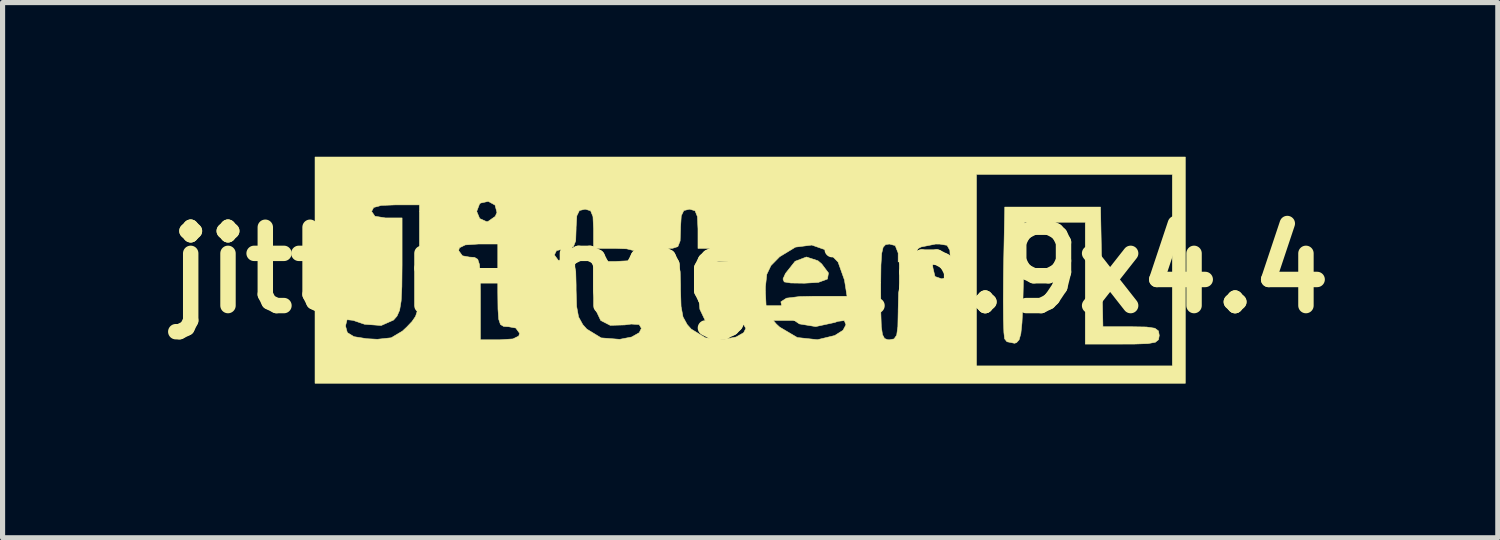
<source format=kicad_pcb>
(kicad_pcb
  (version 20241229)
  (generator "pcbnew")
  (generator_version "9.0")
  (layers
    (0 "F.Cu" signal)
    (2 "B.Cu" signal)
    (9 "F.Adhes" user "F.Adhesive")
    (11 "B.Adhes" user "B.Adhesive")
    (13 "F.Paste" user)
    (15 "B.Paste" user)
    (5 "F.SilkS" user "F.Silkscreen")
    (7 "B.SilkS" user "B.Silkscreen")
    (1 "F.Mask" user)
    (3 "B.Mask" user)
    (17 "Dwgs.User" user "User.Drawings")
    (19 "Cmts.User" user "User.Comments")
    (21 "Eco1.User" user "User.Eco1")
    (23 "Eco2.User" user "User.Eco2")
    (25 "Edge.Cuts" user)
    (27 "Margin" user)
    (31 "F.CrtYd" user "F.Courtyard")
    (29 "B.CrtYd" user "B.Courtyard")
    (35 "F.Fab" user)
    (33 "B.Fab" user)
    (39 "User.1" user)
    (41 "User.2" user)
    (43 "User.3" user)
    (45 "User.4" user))
  (footprint "jitter-neg_16.9x4.4"
    (layer "F.Cu")
    (at 11.546 2.206)
    (property "Reference" "jitter-neg_16.9x4.4" (at 0 0 0) (layer "F.SilkS") (effects (font (size 1.524 1.524) (thickness 0.3))))
    (attr through_hole)
    (fp_poly (pts (xy 1.318 -0.183) (xy 1.391 -0.121) (xy 1.523 0.055) (xy 1.503 0.173) (xy 1.327 0.238) (xy 1.055 0.254) (xy 0.79 0.25) (xy 0.662 0.229) (xy 0.638 0.172) (xy 0.687 0.064) (xy 0.687 0.064) (xy 0.874 -0.172) (xy 1.093 -0.256) (xy 1.318 -0.183)) (stroke (width 0.01) (type solid)) (fill yes) (layer "F.SilkS"))
    (fp_poly (pts (xy 6.863 1.101) (xy 7.411 1.101) (xy 7.708 1.106) (xy 7.873 1.13) (xy 7.944 1.183) (xy 7.959 1.27) (xy 7.945 1.352) (xy 7.883 1.403) (xy 7.739 1.429) (xy 7.48 1.438) (xy 7.239 1.439) (xy 6.519 1.439) (xy 6.519 -0.931) (xy 5.339 -0.931) (xy 5.315 0.232) (xy 5.304 0.701) (xy 5.288 1.026) (xy 5.266 1.236) (xy 5.232 1.355) (xy 5.183 1.41) (xy 5.143 1.423) (xy 4.996 1.393) (xy 4.95 1.336) (xy 4.936 1.213) (xy 4.927 0.955) (xy 4.924 0.594) (xy 4.927 0.166) (xy 4.929 -0.004) (xy 4.953 -1.228) (xy 6.816 -1.228) (xy 6.863 1.101)) (stroke (width 0.01) (type solid)) (fill yes) (layer "F.SilkS"))
    (fp_poly (pts (xy 8.467 2.201) (xy -8.467 2.201) (xy -8.467 1.085) (xy -7.874 1.085) (xy -7.838 1.215) (xy -7.709 1.294) (xy -7.459 1.334) (xy -7.254 1.345) (xy -6.985 1.316) (xy -6.765 1.185) (xy -6.682 1.107) (xy -6.58 1) (xy -6.511 0.899) (xy -6.468 0.768) (xy -6.445 0.575) (xy -6.436 0.285) (xy -6.435 -0.135) (xy -6.435 -0.205) (xy -6.435 -0.381) (xy -5.673 -0.381) (xy -5.599 -0.279) (xy -5.461 -0.254) (xy -5.363 -0.248) (xy -5.301 -0.211) (xy -5.267 -0.109) (xy -5.253 0.089) (xy -5.249 0.414) (xy -5.249 0.55) (xy -5.249 1.355) (xy -4.868 1.355) (xy -4.617 1.338) (xy -4.503 1.282) (xy -4.487 1.228) (xy -4.561 1.126) (xy -4.699 1.101) (xy -4.797 1.095) (xy -4.859 1.057) (xy -4.893 0.955) (xy -4.907 0.758) (xy -4.911 0.432) (xy -4.911 0.296) (xy -4.911 -0.296) (xy -3.81 -0.296) (xy -3.736 -0.194) (xy -3.598 -0.169) (xy -3.485 -0.16) (xy -3.421 -0.106) (xy -3.394 0.031) (xy -3.387 0.289) (xy -3.387 0.385) (xy -3.377 0.705) (xy -3.339 0.911) (xy -3.257 1.06) (xy -3.179 1.147) (xy -2.899 1.318) (xy -2.539 1.346) (xy -2.307 1.301) (xy -2.159 1.217) (xy -2.117 1.132) (xy -2.16 1.059) (xy -2.313 1.049) (xy -2.441 1.066) (xy -2.723 1.074) (xy -2.908 0.979) (xy -3.011 0.762) (xy -3.047 0.404) (xy -3.048 0.333) (xy -3.048 -0.169) (xy -2.625 -0.169) (xy -2.358 -0.183) (xy -2.228 -0.23) (xy -2.201 -0.296) (xy -1.778 -0.296) (xy -1.704 -0.194) (xy -1.566 -0.169) (xy -1.453 -0.16) (xy -1.389 -0.106) (xy -1.362 0.031) (xy -1.355 0.289) (xy -1.355 0.385) (xy -1.345 0.705) (xy -1.307 0.911) (xy -1.225 1.06) (xy -1.147 1.147) (xy -0.867 1.318) (xy -0.507 1.346) (xy -0.275 1.301) (xy -0.127 1.217) (xy -0.085 1.132) (xy -0.128 1.059) (xy -0.281 1.049) (xy -0.409 1.066) (xy -0.691 1.074) (xy -0.876 0.979) (xy -0.979 0.762) (xy -1.013 0.423) (xy 0.296 0.423) (xy 0.31 0.702) (xy 0.371 0.886) (xy 0.509 1.049) (xy 0.573 1.108) (xy 0.917 1.311) (xy 1.309 1.353) (xy 1.645 1.272) (xy 1.806 1.17) (xy 1.863 1.063) (xy 1.831 0.981) (xy 1.707 0.996) (xy 1.645 1.018) (xy 1.275 1.098) (xy 0.957 1.046) (xy 0.765 0.915) (xy 0.621 0.735) (xy 0.597 0.616) (xy 0.706 0.545) (xy 0.961 0.514) (xy 1.239 0.508) (xy 1.885 0.508) (xy 1.871 0.423) (xy 2.54 0.423) (xy 2.542 0.831) (xy 2.551 1.098) (xy 2.574 1.255) (xy 2.614 1.33) (xy 2.677 1.354) (xy 2.709 1.355) (xy 2.799 1.338) (xy 2.85 1.265) (xy 2.873 1.098) (xy 2.879 0.801) (xy 2.879 0.774) (xy 2.887 0.445) (xy 2.923 0.23) (xy 3 0.074) (xy 3.086 -0.03) (xy 3.294 -0.206) (xy 3.453 -0.246) (xy 3.543 -0.149) (xy 3.556 -0.042) (xy 3.596 0.124) (xy 3.725 0.169) (xy 3.836 0.141) (xy 3.885 0.026) (xy 3.895 -0.169) (xy 3.885 -0.386) (xy 3.83 -0.483) (xy 3.689 -0.507) (xy 3.61 -0.508) (xy 3.325 -0.451) (xy 3.102 -0.333) (xy 2.879 -0.157) (xy 2.879 -0.333) (xy 2.822 -0.478) (xy 2.709 -0.508) (xy 2.635 -0.497) (xy 2.587 -0.446) (xy 2.558 -0.324) (xy 2.544 -0.102) (xy 2.54 0.248) (xy 2.54 0.423) (xy 1.871 0.423) (xy 1.834 0.191) (xy 1.71 -0.157) (xy 1.487 -0.387) (xy 1.199 -0.488) (xy 0.881 -0.448) (xy 0.573 -0.261) (xy 0.404 -0.089) (xy 0.323 0.081) (xy 0.297 0.322) (xy 0.296 0.423) (xy -1.013 0.423) (xy -1.015 0.404) (xy -1.016 0.333) (xy -1.016 -0.169) (xy -0.593 -0.169) (xy -0.326 -0.183) (xy -0.196 -0.23) (xy -0.169 -0.296) (xy -0.215 -0.376) (xy -0.372 -0.415) (xy -0.593 -0.423) (xy -1.016 -0.423) (xy -1.016 -0.804) (xy -1.027 -1.042) (xy -1.073 -1.155) (xy -1.173 -1.185) (xy -1.185 -1.185) (xy -1.291 -1.16) (xy -1.341 -1.057) (xy -1.355 -0.832) (xy -1.355 -0.804) (xy -1.363 -0.569) (xy -1.407 -0.458) (xy -1.509 -0.425) (xy -1.566 -0.423) (xy -1.737 -0.379) (xy -1.778 -0.296) (xy -2.201 -0.296) (xy -2.247 -0.376) (xy -2.404 -0.415) (xy -2.625 -0.423) (xy -3.048 -0.423) (xy -3.048 -0.804) (xy -3.059 -1.042) (xy -3.105 -1.155) (xy -3.205 -1.185) (xy -3.217 -1.185) (xy -3.323 -1.16) (xy -3.373 -1.057) (xy -3.387 -0.832) (xy -3.387 -0.804) (xy -3.395 -0.569) (xy -3.439 -0.458) (xy -3.541 -0.425) (xy -3.598 -0.423) (xy -3.769 -0.379) (xy -3.81 -0.296) (xy -4.911 -0.296) (xy -4.911 -0.508) (xy -5.292 -0.508) (xy -5.543 -0.491) (xy -5.657 -0.435) (xy -5.673 -0.381) (xy -6.435 -0.381) (xy -6.435 -1.143) (xy -5.321 -1.143) (xy -5.263 -1.004) (xy -5.13 -0.944) (xy -5.102 -0.947) (xy -4.961 -1.045) (xy -4.927 -1.123) (xy -4.965 -1.266) (xy -5.096 -1.338) (xy -5.244 -1.306) (xy -5.266 -1.287) (xy -5.321 -1.143) (xy -6.435 -1.143) (xy -6.435 -1.27) (xy -6.9 -1.27) (xy -7.181 -1.259) (xy -7.326 -1.219) (xy -7.366 -1.143) (xy -7.302 -1.049) (xy -7.097 -1.016) (xy -7.07 -1.016) (xy -6.773 -1.016) (xy -6.773 -0.098) (xy -6.777 0.318) (xy -6.791 0.599) (xy -6.821 0.78) (xy -6.872 0.895) (xy -6.939 0.971) (xy -7.179 1.077) (xy -7.503 1.053) (xy -7.726 0.977) (xy -7.843 0.964) (xy -7.874 1.085) (xy -8.467 1.085) (xy -8.467 -1.863) (xy 4.403 -1.863) (xy 4.403 1.863) (xy 8.213 1.863) (xy 8.213 -1.863) (xy 4.403 -1.863) (xy -8.467 -1.863) (xy -8.467 -2.201) (xy 8.467 -2.201) (xy 8.467 2.201)) (stroke (width 0.01) (type solid)) (fill yes) (layer "F.SilkS")))
  (gr_rect
    (start -3 -3)
    (end 26.092 7.413)
    (stroke (width 0.1) (type default))
    (fill no)
    (layer "Edge.Cuts")))
</source>
